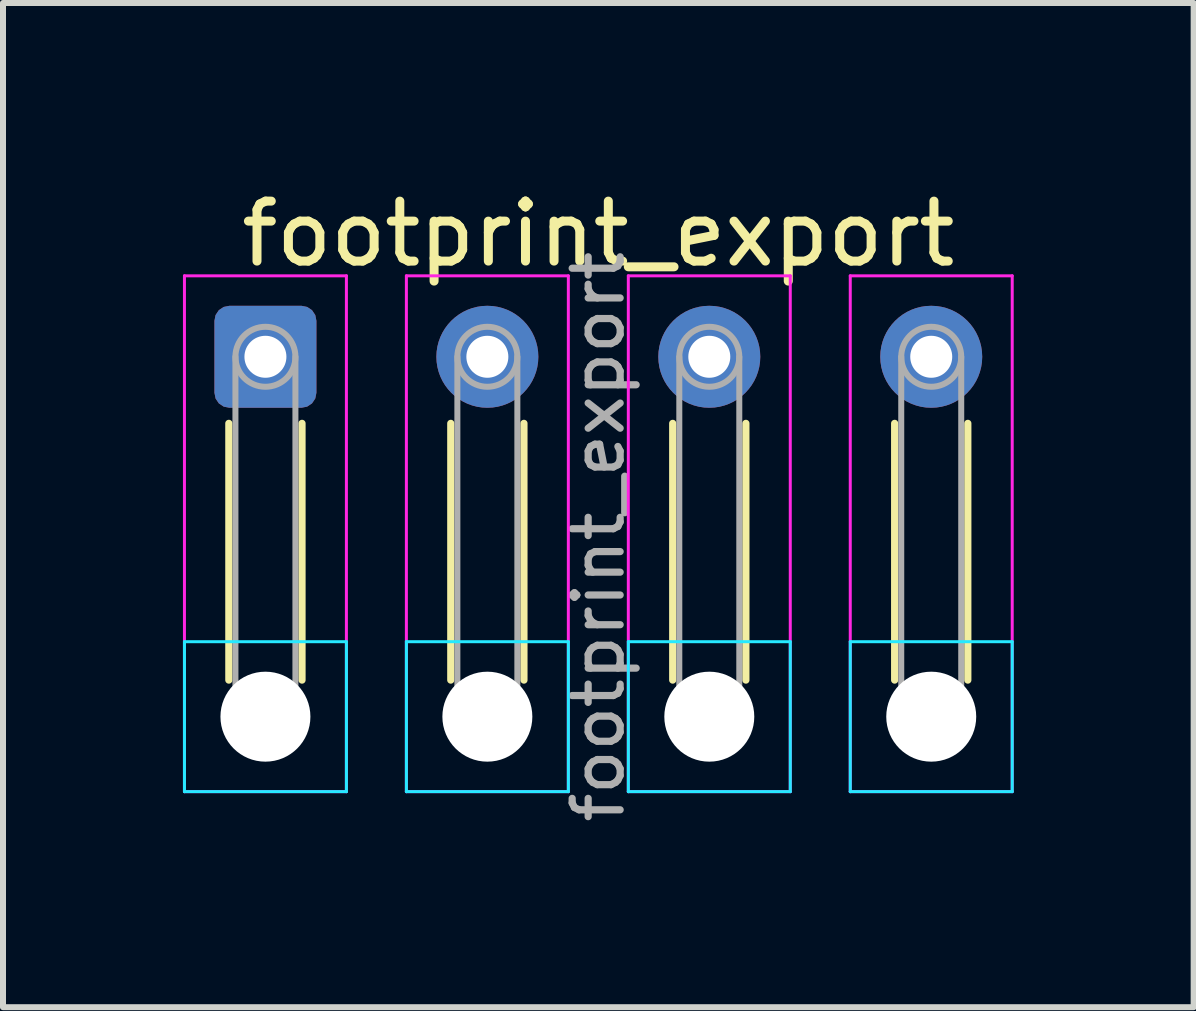
<source format=kicad_pcb>
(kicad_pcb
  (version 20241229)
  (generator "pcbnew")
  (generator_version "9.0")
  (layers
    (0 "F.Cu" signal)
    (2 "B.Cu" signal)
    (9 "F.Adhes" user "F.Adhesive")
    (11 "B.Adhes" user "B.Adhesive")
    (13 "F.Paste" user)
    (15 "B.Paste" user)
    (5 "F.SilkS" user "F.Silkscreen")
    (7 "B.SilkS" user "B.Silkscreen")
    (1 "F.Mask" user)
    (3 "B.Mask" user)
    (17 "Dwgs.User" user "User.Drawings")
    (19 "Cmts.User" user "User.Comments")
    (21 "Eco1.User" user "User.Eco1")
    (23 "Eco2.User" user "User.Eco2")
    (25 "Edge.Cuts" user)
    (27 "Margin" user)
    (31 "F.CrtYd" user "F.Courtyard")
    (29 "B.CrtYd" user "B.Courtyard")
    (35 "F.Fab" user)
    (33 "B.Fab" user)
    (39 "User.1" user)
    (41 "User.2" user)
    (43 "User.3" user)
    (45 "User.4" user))
  (footprint "footprint_export"
    (layer "F.Cu")
    (at 1.375 2.898)
    (property "Reference" "footprint_export" (at 5.55 -2.05 0) (layer "F.SilkS") (effects (font (size 1 1) (thickness 0.15))))
    (attr exclude_from_pos_files exclude_from_bom)
    (fp_line (start -0.61 1.11) (end -0.61 5.39) (stroke (width 0.12) (type solid)) (layer "F.SilkS"))
    (fp_line (start 0.61 1.11) (end 0.61 5.39) (stroke (width 0.12) (type solid)) (layer "F.SilkS"))
    (fp_line (start 3.09 1.11) (end 3.09 5.39) (stroke (width 0.12) (type solid)) (layer "F.SilkS"))
    (fp_line (start 4.31 1.11) (end 4.31 5.39) (stroke (width 0.12) (type solid)) (layer "F.SilkS"))
    (fp_line (start 6.79 1.11) (end 6.79 5.39) (stroke (width 0.12) (type solid)) (layer "F.SilkS"))
    (fp_line (start 8.01 1.11) (end 8.01 5.39) (stroke (width 0.12) (type solid)) (layer "F.SilkS"))
    (fp_line (start 10.49 1.11) (end 10.49 5.39) (stroke (width 0.12) (type solid)) (layer "F.SilkS"))
    (fp_line (start 11.71 1.11) (end 11.71 5.39) (stroke (width 0.12) (type solid)) (layer "F.SilkS"))
    (fp_line (start -1.35 4.75) (end -1.35 7.25) (stroke (width 0.05) (type solid)) (layer "B.CrtYd"))
    (fp_line (start -1.35 7.25) (end 1.35 7.25) (stroke (width 0.05) (type solid)) (layer "B.CrtYd"))
    (fp_line (start 1.35 4.75) (end -1.35 4.75) (stroke (width 0.05) (type solid)) (layer "B.CrtYd"))
    (fp_line (start 1.35 7.25) (end 1.35 4.75) (stroke (width 0.05) (type solid)) (layer "B.CrtYd"))
    (fp_line (start 2.35 4.75) (end 2.35 7.25) (stroke (width 0.05) (type solid)) (layer "B.CrtYd"))
    (fp_line (start 2.35 7.25) (end 5.05 7.25) (stroke (width 0.05) (type solid)) (layer "B.CrtYd"))
    (fp_line (start 5.05 4.75) (end 2.35 4.75) (stroke (width 0.05) (type solid)) (layer "B.CrtYd"))
    (fp_line (start 5.05 7.25) (end 5.05 4.75) (stroke (width 0.05) (type solid)) (layer "B.CrtYd"))
    (fp_line (start 6.05 4.75) (end 6.05 7.25) (stroke (width 0.05) (type solid)) (layer "B.CrtYd"))
    (fp_line (start 6.05 7.25) (end 8.75 7.25) (stroke (width 0.05) (type solid)) (layer "B.CrtYd"))
    (fp_line (start 8.75 4.75) (end 6.05 4.75) (stroke (width 0.05) (type solid)) (layer "B.CrtYd"))
    (fp_line (start 8.75 7.25) (end 8.75 4.75) (stroke (width 0.05) (type solid)) (layer "B.CrtYd"))
    (fp_line (start 9.75 4.75) (end 9.75 7.25) (stroke (width 0.05) (type solid)) (layer "B.CrtYd"))
    (fp_line (start 9.75 7.25) (end 12.45 7.25) (stroke (width 0.05) (type solid)) (layer "B.CrtYd"))
    (fp_line (start 12.45 4.75) (end 9.75 4.75) (stroke (width 0.05) (type solid)) (layer "B.CrtYd"))
    (fp_line (start 12.45 7.25) (end 12.45 4.75) (stroke (width 0.05) (type solid)) (layer "B.CrtYd"))
    (fp_line (start -1.35 -1.35) (end -1.35 7.25) (stroke (width 0.05) (type solid)) (layer "F.CrtYd"))
    (fp_line (start -1.35 7.25) (end 1.35 7.25) (stroke (width 0.05) (type solid)) (layer "F.CrtYd"))
    (fp_line (start 1.35 -1.35) (end -1.35 -1.35) (stroke (width 0.05) (type solid)) (layer "F.CrtYd"))
    (fp_line (start 1.35 7.25) (end 1.35 -1.35) (stroke (width 0.05) (type solid)) (layer "F.CrtYd"))
    (fp_line (start 2.35 -1.35) (end 2.35 7.25) (stroke (width 0.05) (type solid)) (layer "F.CrtYd"))
    (fp_line (start 2.35 7.25) (end 5.05 7.25) (stroke (width 0.05) (type solid)) (layer "F.CrtYd"))
    (fp_line (start 5.05 -1.35) (end 2.35 -1.35) (stroke (width 0.05) (type solid)) (layer "F.CrtYd"))
    (fp_line (start 5.05 7.25) (end 5.05 -1.35) (stroke (width 0.05) (type solid)) (layer "F.CrtYd"))
    (fp_line (start 6.05 -1.35) (end 6.05 7.25) (stroke (width 0.05) (type solid)) (layer "F.CrtYd"))
    (fp_line (start 6.05 7.25) (end 8.75 7.25) (stroke (width 0.05) (type solid)) (layer "F.CrtYd"))
    (fp_line (start 8.75 -1.35) (end 6.05 -1.35) (stroke (width 0.05) (type solid)) (layer "F.CrtYd"))
    (fp_line (start 8.75 7.25) (end 8.75 -1.35) (stroke (width 0.05) (type solid)) (layer "F.CrtYd"))
    (fp_line (start 9.75 -1.35) (end 9.75 7.25) (stroke (width 0.05) (type solid)) (layer "F.CrtYd"))
    (fp_line (start 9.75 7.25) (end 12.45 7.25) (stroke (width 0.05) (type solid)) (layer "F.CrtYd"))
    (fp_line (start 12.45 -1.35) (end 9.75 -1.35) (stroke (width 0.05) (type solid)) (layer "F.CrtYd"))
    (fp_line (start 12.45 7.25) (end 12.45 -1.35) (stroke (width 0.05) (type solid)) (layer "F.CrtYd"))
    (fp_line (start -0.5 0) (end -0.5 6) (stroke (width 0.1) (type solid)) (layer "F.Fab"))
    (fp_line (start 0.5 0) (end 0.5 6) (stroke (width 0.1) (type solid)) (layer "F.Fab"))
    (fp_line (start 3.2 0) (end 3.2 6) (stroke (width 0.1) (type solid)) (layer "F.Fab"))
    (fp_line (start 4.2 0) (end 4.2 6) (stroke (width 0.1) (type solid)) (layer "F.Fab"))
    (fp_line (start 6.9 0) (end 6.9 6) (stroke (width 0.1) (type solid)) (layer "F.Fab"))
    (fp_line (start 7.9 0) (end 7.9 6) (stroke (width 0.1) (type solid)) (layer "F.Fab"))
    (fp_line (start 10.6 0) (end 10.6 6) (stroke (width 0.1) (type solid)) (layer "F.Fab"))
    (fp_line (start 11.6 0) (end 11.6 6) (stroke (width 0.1) (type solid)) (layer "F.Fab"))
    (fp_circle (center 0 0) (end 0.5 0) (stroke (width 0.1) (type solid)) (fill no) (layer "F.Fab"))
    (fp_circle (center 0 6) (end 0.5 6) (stroke (width 0.1) (type solid)) (fill no) (layer "F.Fab"))
    (fp_circle (center 3.7 0) (end 4.2 0) (stroke (width 0.1) (type solid)) (fill no) (layer "F.Fab"))
    (fp_circle (center 3.7 6) (end 4.2 6) (stroke (width 0.1) (type solid)) (fill no) (layer "F.Fab"))
    (fp_circle (center 7.4 0) (end 7.9 0) (stroke (width 0.1) (type solid)) (fill no) (layer "F.Fab"))
    (fp_circle (center 7.4 6) (end 7.9 6) (stroke (width 0.1) (type solid)) (fill no) (layer "F.Fab"))
    (fp_circle (center 11.1 0) (end 11.6 0) (stroke (width 0.1) (type solid)) (fill no) (layer "F.Fab"))
    (fp_circle (center 11.1 6) (end 11.6 6) (stroke (width 0.1) (type solid)) (fill no) (layer "F.Fab"))
    (fp_text user "${REFERENCE}" (at 5.55 3 90) (layer "F.Fab") (effects (font (size 0.8 0.8) (thickness 0.12))))
    (pad "" np_thru_hole circle (at 0 6) (size 1.5 1.5) (drill 1.5) (layers "*.Cu" "*.Mask"))
    (pad "" np_thru_hole circle (at 3.7 6) (size 1.5 1.5) (drill 1.5) (layers "*.Cu" "*.Mask"))
    (pad "" np_thru_hole circle (at 7.4 6) (size 1.5 1.5) (drill 1.5) (layers "*.Cu" "*.Mask"))
    (pad "" np_thru_hole circle (at 11.1 6) (size 1.5 1.5) (drill 1.5) (layers "*.Cu" "*.Mask"))
    (pad "1" thru_hole roundrect (at 0 0) (size 1.7 1.7) (drill 0.7) (layers "*.Cu" "*.Mask") (roundrect_rratio 0.147))
    (pad "2" thru_hole circle (at 3.7 0) (size 1.7 1.7) (drill 0.7) (layers "*.Cu" "*.Mask"))
    (pad "3" thru_hole circle (at 7.4 0) (size 1.7 1.7) (drill 0.7) (layers "*.Cu" "*.Mask"))
    (pad "4" thru_hole circle (at 11.1 0) (size 1.7 1.7) (drill 0.7) (layers "*.Cu" "*.Mask")))
  (gr_rect
    (start -3 -3)
    (end 16.85 13.741)
    (stroke (width 0.1) (type default))
    (fill no)
    (layer "Edge.Cuts")))
</source>
